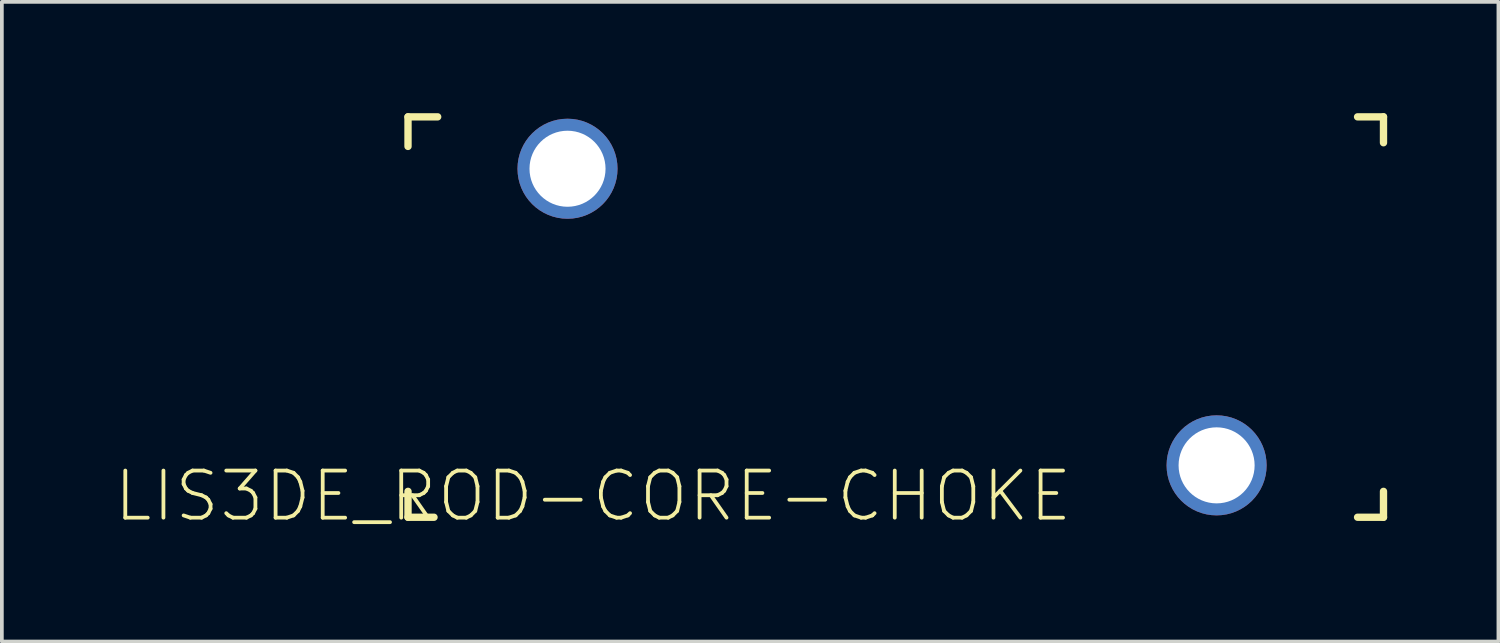
<source format=kicad_pcb>
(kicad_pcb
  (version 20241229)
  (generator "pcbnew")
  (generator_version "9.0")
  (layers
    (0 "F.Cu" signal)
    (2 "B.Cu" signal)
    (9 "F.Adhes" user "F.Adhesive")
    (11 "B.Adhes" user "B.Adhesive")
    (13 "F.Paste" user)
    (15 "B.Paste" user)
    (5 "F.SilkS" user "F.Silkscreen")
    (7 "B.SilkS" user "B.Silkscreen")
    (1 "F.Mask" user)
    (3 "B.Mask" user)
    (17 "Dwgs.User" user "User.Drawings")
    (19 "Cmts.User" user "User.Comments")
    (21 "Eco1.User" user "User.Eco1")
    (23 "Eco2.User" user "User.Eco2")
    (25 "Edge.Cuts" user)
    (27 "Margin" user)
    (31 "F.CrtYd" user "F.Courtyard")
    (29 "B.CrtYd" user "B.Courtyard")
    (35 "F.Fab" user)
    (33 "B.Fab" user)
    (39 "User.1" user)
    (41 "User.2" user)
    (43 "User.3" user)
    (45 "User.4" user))
  (footprint "LIS3DE_ROD-CORE-CHOKE"
    (layer "F.Cu")
    (at 20.748 5.497)
    (property "Reference" "LIS3DE_ROD-CORE-CHOKE" (at -7.811 4.826 0) (layer "F.SilkS") (effects (font (size 1.27 1.27) (thickness 0.102))))
    (attr exclude_from_pos_files exclude_from_bom)
    (fp_line (start -12.799 -5.397) (end -11.999 -5.397) (stroke (width 0.198) (type solid)) (layer "F.SilkS"))
    (fp_line (start -12.799 -4.6) (end -12.799 -5.397) (stroke (width 0.198) (type solid)) (layer "F.SilkS"))
    (fp_line (start -12.799 5.397) (end -12.799 4.699) (stroke (width 0.198) (type solid)) (layer "F.SilkS"))
    (fp_line (start -12.098 5.397) (end -12.799 5.397) (stroke (width 0.198) (type solid)) (layer "F.SilkS"))
    (fp_line (start 12.799 -5.397) (end 13.498 -5.397) (stroke (width 0.198) (type solid)) (layer "F.SilkS"))
    (fp_line (start 13.498 -4.699) (end 13.498 -5.397) (stroke (width 0.198) (type solid)) (layer "F.SilkS"))
    (fp_line (start 13.498 5.397) (end 12.799 5.397) (stroke (width 0.198) (type solid)) (layer "F.SilkS"))
    (fp_line (start 13.498 5.397) (end 13.498 4.699) (stroke (width 0.198) (type solid)) (layer "F.SilkS"))
    (pad "P$1" thru_hole circle (at 8.999 3.998) (size 2.697 2.697) (drill 2.05) (layers "*.Cu" "*.Paste" "*.Mask"))
    (pad "P$2" thru_hole circle (at -8.499 -3.998) (size 2.697 2.697) (drill 2.05) (layers "*.Cu" "*.Paste" "*.Mask")))
  (gr_rect
    (start -3 -3)
    (end 37.344 14.244)
    (stroke (width 0.1) (type default))
    (fill no)
    (layer "Edge.Cuts")))
</source>
